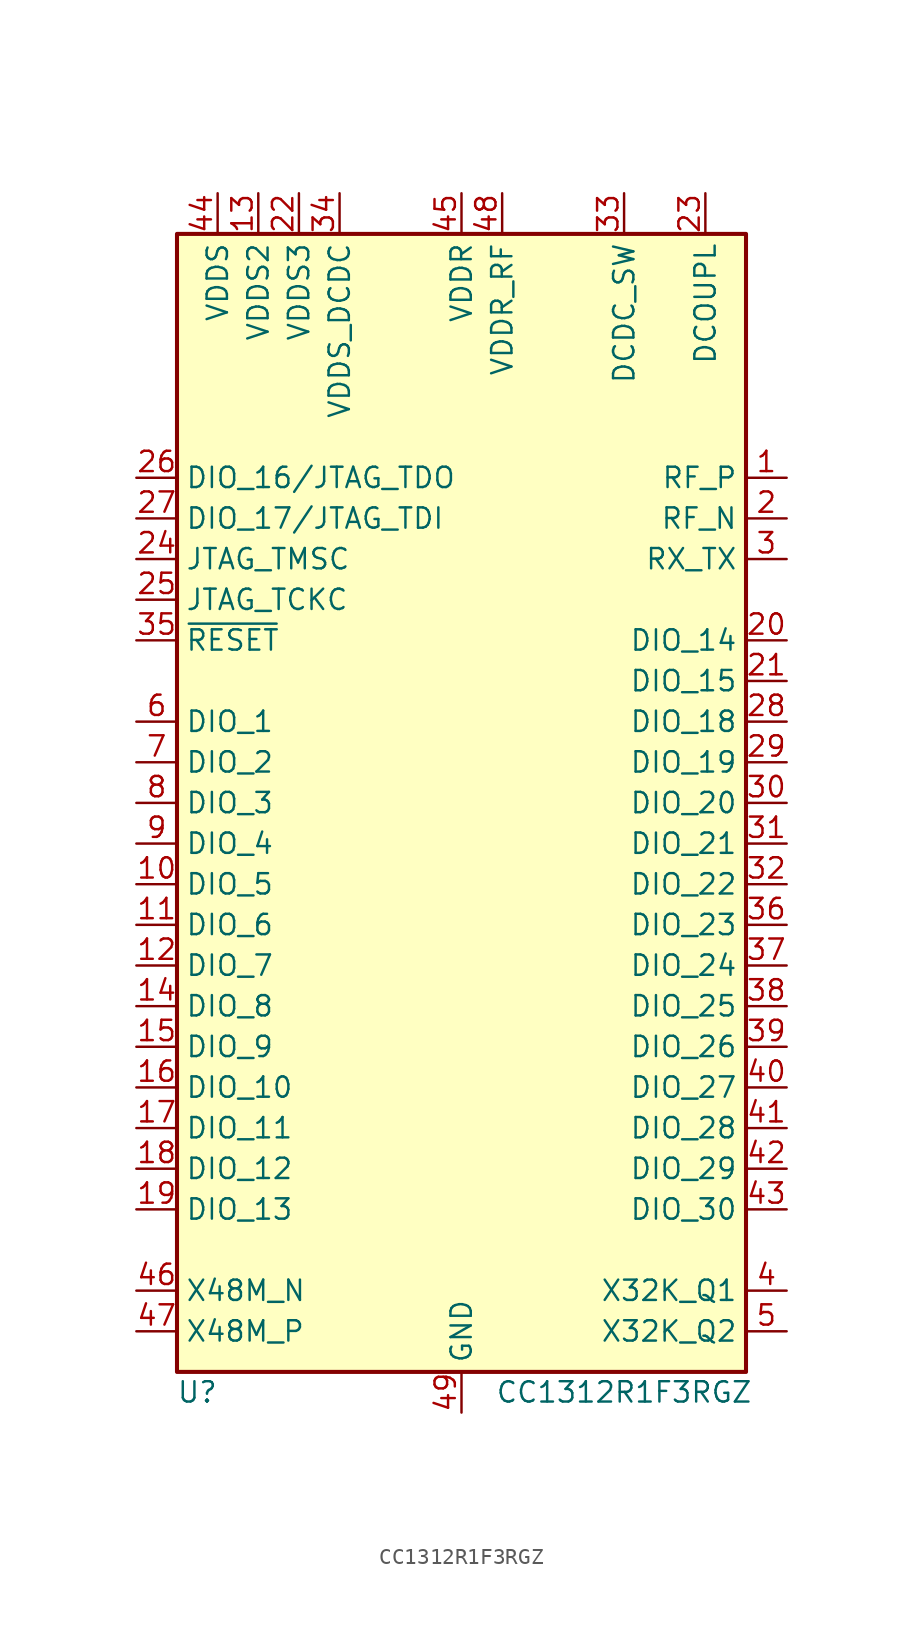
<source format=kicad_sym>
(kicad_symbol_lib
  (version 20201005)
  (generator kicad_symbol_editor)
  (symbol "CC1312R1F3RGZ"
    (property "Reference" "U"
      (at -16.51 -36.83 0)
      (effects (font (size 1.27 1.27))))
    (property "Value" "CC1312R1F3RGZ"
      (at 10.16 -36.83 0)
      (effects (font (size 1.27 1.27))))
    (symbol "CC1312R1F3RGZ_0_1"
      (rectangle (start -17.78 35.56) (end 17.78 -35.56) (stroke (width 0.254)) (fill (type background))))
    (symbol "CC1312R1F3RGZ_1_1"
      (pin passive line (at 20.32 20.32 180) (length 2.54) (name "RF_P" (effects (font (size 1.27 1.27)))) (number "1" (effects (font (size 1.27 1.27)))))
      (pin bidirectional line (at -20.32 -5.08 0) (length 2.54) (name "DIO_5" (effects (font (size 1.27 1.27)))) (number "10" (effects (font (size 1.27 1.27)))))
      (pin bidirectional line (at -20.32 -7.62 0) (length 2.54) (name "DIO_6" (effects (font (size 1.27 1.27)))) (number "11" (effects (font (size 1.27 1.27)))))
      (pin bidirectional line (at -20.32 -10.16 0) (length 2.54) (name "DIO_7" (effects (font (size 1.27 1.27)))) (number "12" (effects (font (size 1.27 1.27)))))
      (pin power_in line (at -12.7 38.1 270) (length 2.54) (name "VDDS2" (effects (font (size 1.27 1.27)))) (number "13" (effects (font (size 1.27 1.27)))))
      (pin bidirectional line (at -20.32 -12.7 0) (length 2.54) (name "DIO_8" (effects (font (size 1.27 1.27)))) (number "14" (effects (font (size 1.27 1.27)))))
      (pin bidirectional line (at -20.32 -15.24 0) (length 2.54) (name "DIO_9" (effects (font (size 1.27 1.27)))) (number "15" (effects (font (size 1.27 1.27)))))
      (pin bidirectional line (at -20.32 -17.78 0) (length 2.54) (name "DIO_10" (effects (font (size 1.27 1.27)))) (number "16" (effects (font (size 1.27 1.27)))))
      (pin bidirectional line (at -20.32 -20.32 0) (length 2.54) (name "DIO_11" (effects (font (size 1.27 1.27)))) (number "17" (effects (font (size 1.27 1.27)))))
      (pin bidirectional line (at -20.32 -22.86 0) (length 2.54) (name "DIO_12" (effects (font (size 1.27 1.27)))) (number "18" (effects (font (size 1.27 1.27)))))
      (pin bidirectional line (at -20.32 -25.4 0) (length 2.54) (name "DIO_13" (effects (font (size 1.27 1.27)))) (number "19" (effects (font (size 1.27 1.27)))))
      (pin passive line (at 20.32 17.78 180) (length 2.54) (name "RF_N" (effects (font (size 1.27 1.27)))) (number "2" (effects (font (size 1.27 1.27)))))
      (pin bidirectional line (at 20.32 10.16 180) (length 2.54) (name "DIO_14" (effects (font (size 1.27 1.27)))) (number "20" (effects (font (size 1.27 1.27)))))
      (pin bidirectional line (at 20.32 7.62 180) (length 2.54) (name "DIO_15" (effects (font (size 1.27 1.27)))) (number "21" (effects (font (size 1.27 1.27)))))
      (pin power_in line (at -10.16 38.1 270) (length 2.54) (name "VDDS3" (effects (font (size 1.27 1.27)))) (number "22" (effects (font (size 1.27 1.27)))))
      (pin power_out line (at 15.24 38.1 270) (length 2.54) (name "DCOUPL" (effects (font (size 1.27 1.27)))) (number "23" (effects (font (size 1.27 1.27)))))
      (pin bidirectional line (at -20.32 15.24 0) (length 2.54) (name "JTAG_TMSC" (effects (font (size 1.27 1.27)))) (number "24" (effects (font (size 1.27 1.27)))))
      (pin input line (at -20.32 12.7 0) (length 2.54) (name "JTAG_TCKC" (effects (font (size 1.27 1.27)))) (number "25" (effects (font (size 1.27 1.27)))))
      (pin bidirectional line (at -20.32 20.32 0) (length 2.54) (name "DIO_16/JTAG_TDO" (effects (font (size 1.27 1.27)))) (number "26" (effects (font (size 1.27 1.27)))))
      (pin bidirectional line (at -20.32 17.78 0) (length 2.54) (name "DIO_17/JTAG_TDI" (effects (font (size 1.27 1.27)))) (number "27" (effects (font (size 1.27 1.27)))))
      (pin bidirectional line (at 20.32 5.08 180) (length 2.54) (name "DIO_18" (effects (font (size 1.27 1.27)))) (number "28" (effects (font (size 1.27 1.27)))))
      (pin bidirectional line (at 20.32 2.54 180) (length 2.54) (name "DIO_19" (effects (font (size 1.27 1.27)))) (number "29" (effects (font (size 1.27 1.27)))))
      (pin passive line (at 20.32 15.24 180) (length 2.54) (name "RX_TX" (effects (font (size 1.27 1.27)))) (number "3" (effects (font (size 1.27 1.27)))))
      (pin bidirectional line (at 20.32 0 180) (length 2.54) (name "DIO_20" (effects (font (size 1.27 1.27)))) (number "30" (effects (font (size 1.27 1.27)))))
      (pin bidirectional line (at 20.32 -2.54 180) (length 2.54) (name "DIO_21" (effects (font (size 1.27 1.27)))) (number "31" (effects (font (size 1.27 1.27)))))
      (pin bidirectional line (at 20.32 -5.08 180) (length 2.54) (name "DIO_22" (effects (font (size 1.27 1.27)))) (number "32" (effects (font (size 1.27 1.27)))))
      (pin power_out line (at 10.16 38.1 270) (length 2.54) (name "DCDC_SW" (effects (font (size 1.27 1.27)))) (number "33" (effects (font (size 1.27 1.27)))))
      (pin power_in line (at -7.62 38.1 270) (length 2.54) (name "VDDS_DCDC" (effects (font (size 1.27 1.27)))) (number "34" (effects (font (size 1.27 1.27)))))
      (pin input line (at -20.32 10.16 0) (length 2.54) (name "~RESET" (effects (font (size 1.27 1.27)))) (number "35" (effects (font (size 1.27 1.27)))))
      (pin bidirectional line (at 20.32 -7.62 180) (length 2.54) (name "DIO_23" (effects (font (size 1.27 1.27)))) (number "36" (effects (font (size 1.27 1.27)))))
      (pin bidirectional line (at 20.32 -10.16 180) (length 2.54) (name "DIO_24" (effects (font (size 1.27 1.27)))) (number "37" (effects (font (size 1.27 1.27)))))
      (pin bidirectional line (at 20.32 -12.7 180) (length 2.54) (name "DIO_25" (effects (font (size 1.27 1.27)))) (number "38" (effects (font (size 1.27 1.27)))))
      (pin bidirectional line (at 20.32 -15.24 180) (length 2.54) (name "DIO_26" (effects (font (size 1.27 1.27)))) (number "39" (effects (font (size 1.27 1.27)))))
      (pin input line (at 20.32 -30.48 180) (length 2.54) (name "X32K_Q1" (effects (font (size 1.27 1.27)))) (number "4" (effects (font (size 1.27 1.27)))))
      (pin bidirectional line (at 20.32 -17.78 180) (length 2.54) (name "DIO_27" (effects (font (size 1.27 1.27)))) (number "40" (effects (font (size 1.27 1.27)))))
      (pin bidirectional line (at 20.32 -20.32 180) (length 2.54) (name "DIO_28" (effects (font (size 1.27 1.27)))) (number "41" (effects (font (size 1.27 1.27)))))
      (pin bidirectional line (at 20.32 -22.86 180) (length 2.54) (name "DIO_29" (effects (font (size 1.27 1.27)))) (number "42" (effects (font (size 1.27 1.27)))))
      (pin bidirectional line (at 20.32 -25.4 180) (length 2.54) (name "DIO_30" (effects (font (size 1.27 1.27)))) (number "43" (effects (font (size 1.27 1.27)))))
      (pin power_in line (at -15.24 38.1 270) (length 2.54) (name "VDDS" (effects (font (size 1.27 1.27)))) (number "44" (effects (font (size 1.27 1.27)))))
      (pin power_in line (at 0 38.1 270) (length 2.54) (name "VDDR" (effects (font (size 1.27 1.27)))) (number "45" (effects (font (size 1.27 1.27)))))
      (pin input line (at -20.32 -30.48 0) (length 2.54) (name "X48M_N" (effects (font (size 1.27 1.27)))) (number "46" (effects (font (size 1.27 1.27)))))
      (pin input line (at -20.32 -33.02 0) (length 2.54) (name "X48M_P" (effects (font (size 1.27 1.27)))) (number "47" (effects (font (size 1.27 1.27)))))
      (pin power_in line (at 2.54 38.1 270) (length 2.54) (name "VDDR_RF" (effects (font (size 1.27 1.27)))) (number "48" (effects (font (size 1.27 1.27)))))
      (pin power_in line (at 0 -38.1 90) (length 2.54) (name "GND" (effects (font (size 1.27 1.27)))) (number "49" (effects (font (size 1.27 1.27)))))
      (pin input line (at 20.32 -33.02 180) (length 2.54) (name "X32K_Q2" (effects (font (size 1.27 1.27)))) (number "5" (effects (font (size 1.27 1.27)))))
      (pin bidirectional line (at -20.32 5.08 0) (length 2.54) (name "DIO_1" (effects (font (size 1.27 1.27)))) (number "6" (effects (font (size 1.27 1.27)))))
      (pin bidirectional line (at -20.32 2.54 0) (length 2.54) (name "DIO_2" (effects (font (size 1.27 1.27)))) (number "7" (effects (font (size 1.27 1.27)))))
      (pin bidirectional line (at -20.32 0 0) (length 2.54) (name "DIO_3" (effects (font (size 1.27 1.27)))) (number "8" (effects (font (size 1.27 1.27)))))
      (pin bidirectional line (at -20.32 -2.54 0) (length 2.54) (name "DIO_4" (effects (font (size 1.27 1.27)))) (number "9" (effects (font (size 1.27 1.27))))))))
</source>
